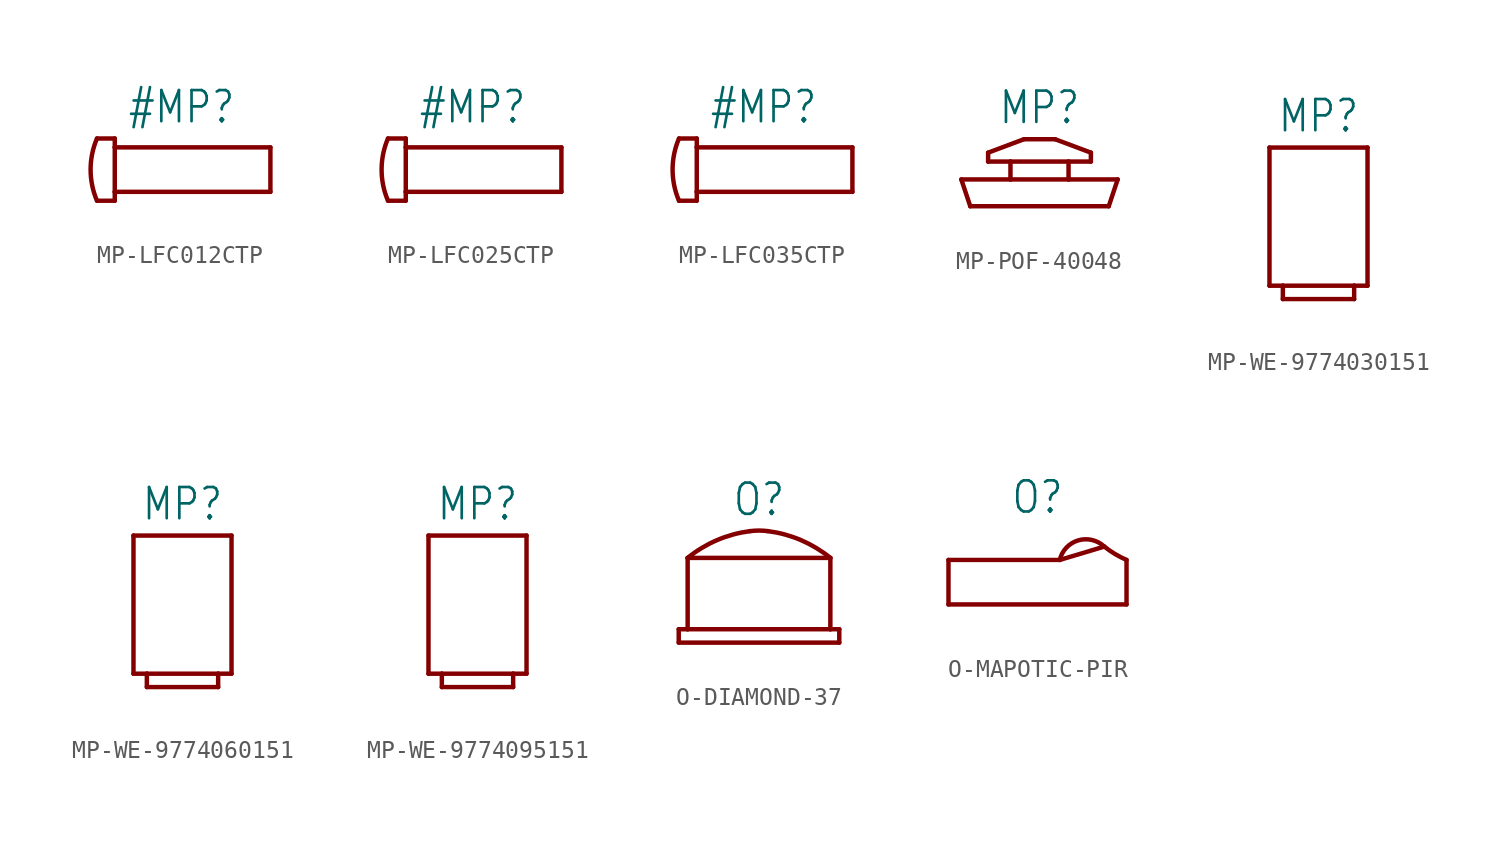
<source format=kicad_sym>
(kicad_symbol_lib
  (version 20231120)
  (generator "kicad_symbol_editor")
  (generator_version "8.0")
  (symbol "MP-LFC012CTP"
    (property "Reference" "#MP"
      (at 0 2.54 0)
      (effects (font (size 1.778 1.511)) (justify bottom)))
    (property "Value" ""
      (at 0 -2.54 0)
      (effects (font (size 1.778 1.511)) (justify top)))
    (property "ki_locked" ""
      (at 0 0 0)
      (effects (font (size 1.27 1.27))))
    (symbol "MP-LFC012CTP_1_0"
      (arc (start -4.826 1.778) (mid -5.1909 0) (end -4.826 -1.778) (stroke (width 0.254) (type solid)) (fill (type none)))
      (polyline (pts (xy -4.826 -1.778) (xy -3.81 -1.778)) (stroke (width 0.254) (type solid)) (fill (type none)))
      (polyline (pts (xy -3.81 -1.778) (xy -3.81 -1.27)) (stroke (width 0.254) (type solid)) (fill (type none)))
      (polyline (pts (xy -3.81 -1.27) (xy 5.08 -1.27)) (stroke (width 0.254) (type solid)) (fill (type none)))
      (polyline (pts (xy -3.81 1.27) (xy -3.81 -1.27)) (stroke (width 0.254) (type solid)) (fill (type none)))
      (polyline (pts (xy -3.81 1.27) (xy -3.81 1.778)) (stroke (width 0.254) (type solid)) (fill (type none)))
      (polyline (pts (xy -3.81 1.778) (xy -4.826 1.778)) (stroke (width 0.254) (type solid)) (fill (type none)))
      (polyline (pts (xy 5.08 -1.27) (xy 5.08 1.27)) (stroke (width 0.254) (type solid)) (fill (type none)))
      (polyline (pts (xy 5.08 1.27) (xy -3.81 1.27)) (stroke (width 0.254) (type solid)) (fill (type none)))))
  (symbol "MP-LFC025CTP"
    (property "Reference" "#MP"
      (at 0 2.54 0)
      (effects (font (size 1.778 1.511)) (justify bottom)))
    (property "Value" ""
      (at 0 -2.54 0)
      (effects (font (size 1.778 1.511)) (justify top)))
    (property "ki_locked" ""
      (at 0 0 0)
      (effects (font (size 1.27 1.27))))
    (symbol "MP-LFC025CTP_1_0"
      (arc (start -4.826 1.778) (mid -5.1909 0) (end -4.826 -1.778) (stroke (width 0.254) (type solid)) (fill (type none)))
      (polyline (pts (xy -4.826 -1.778) (xy -3.81 -1.778)) (stroke (width 0.254) (type solid)) (fill (type none)))
      (polyline (pts (xy -3.81 -1.778) (xy -3.81 -1.27)) (stroke (width 0.254) (type solid)) (fill (type none)))
      (polyline (pts (xy -3.81 -1.27) (xy 5.08 -1.27)) (stroke (width 0.254) (type solid)) (fill (type none)))
      (polyline (pts (xy -3.81 1.27) (xy -3.81 -1.27)) (stroke (width 0.254) (type solid)) (fill (type none)))
      (polyline (pts (xy -3.81 1.27) (xy -3.81 1.778)) (stroke (width 0.254) (type solid)) (fill (type none)))
      (polyline (pts (xy -3.81 1.778) (xy -4.826 1.778)) (stroke (width 0.254) (type solid)) (fill (type none)))
      (polyline (pts (xy 5.08 -1.27) (xy 5.08 1.27)) (stroke (width 0.254) (type solid)) (fill (type none)))
      (polyline (pts (xy 5.08 1.27) (xy -3.81 1.27)) (stroke (width 0.254) (type solid)) (fill (type none)))))
  (symbol "MP-LFC035CTP"
    (property "Reference" "#MP"
      (at 0 2.54 0)
      (effects (font (size 1.778 1.511)) (justify bottom)))
    (property "Value" ""
      (at 0 -2.54 0)
      (effects (font (size 1.778 1.511)) (justify top)))
    (property "ki_locked" ""
      (at 0 0 0)
      (effects (font (size 1.27 1.27))))
    (symbol "MP-LFC035CTP_1_0"
      (arc (start -4.826 1.778) (mid -5.1909 0) (end -4.826 -1.778) (stroke (width 0.254) (type solid)) (fill (type none)))
      (polyline (pts (xy -4.826 -1.778) (xy -3.81 -1.778)) (stroke (width 0.254) (type solid)) (fill (type none)))
      (polyline (pts (xy -3.81 -1.778) (xy -3.81 -1.27)) (stroke (width 0.254) (type solid)) (fill (type none)))
      (polyline (pts (xy -3.81 -1.27) (xy 5.08 -1.27)) (stroke (width 0.254) (type solid)) (fill (type none)))
      (polyline (pts (xy -3.81 1.27) (xy -3.81 -1.27)) (stroke (width 0.254) (type solid)) (fill (type none)))
      (polyline (pts (xy -3.81 1.27) (xy -3.81 1.778)) (stroke (width 0.254) (type solid)) (fill (type none)))
      (polyline (pts (xy -3.81 1.778) (xy -4.826 1.778)) (stroke (width 0.254) (type solid)) (fill (type none)))
      (polyline (pts (xy 5.08 -1.27) (xy 5.08 1.27)) (stroke (width 0.254) (type solid)) (fill (type none)))
      (polyline (pts (xy 5.08 1.27) (xy -3.81 1.27)) (stroke (width 0.254) (type solid)) (fill (type none)))))
  (symbol "MP-POF-40048"
    (property "Reference" "MP"
      (at 0 2.921 0)
      (effects (font (size 1.778 1.511)) (justify bottom)))
    (property "Value" ""
      (at 0 -2.413 0)
      (effects (font (size 1.778 1.511)) (justify top)))
    (property "ki_locked" ""
      (at 0 0 0)
      (effects (font (size 1.27 1.27))))
    (symbol "MP-POF-40048_1_0"
      (polyline (pts (xy -4.445 -0.127) (xy -1.651 -0.127)) (stroke (width 0.254) (type solid)) (fill (type none)))
      (polyline (pts (xy -3.937 -1.651) (xy -4.445 -0.127)) (stroke (width 0.254) (type solid)) (fill (type none)))
      (polyline (pts (xy -2.921 0.889) (xy -2.921 1.397)) (stroke (width 0.254) (type solid)) (fill (type none)))
      (polyline (pts (xy -2.921 1.397) (xy -0.889 2.159)) (stroke (width 0.254) (type solid)) (fill (type none)))
      (polyline (pts (xy -1.651 -0.127) (xy -1.651 0.889)) (stroke (width 0.254) (type solid)) (fill (type none)))
      (polyline (pts (xy -1.651 -0.127) (xy 1.651 -0.127)) (stroke (width 0.254) (type solid)) (fill (type none)))
      (polyline (pts (xy -1.651 0.889) (xy -2.921 0.889)) (stroke (width 0.254) (type solid)) (fill (type none)))
      (polyline (pts (xy -1.651 0.889) (xy 1.651 0.889)) (stroke (width 0.254) (type solid)) (fill (type none)))
      (polyline (pts (xy -0.889 2.159) (xy 0.889 2.159)) (stroke (width 0.254) (type solid)) (fill (type none)))
      (polyline (pts (xy 0.889 2.159) (xy 2.921 1.397)) (stroke (width 0.254) (type solid)) (fill (type none)))
      (polyline (pts (xy 1.651 -0.127) (xy 1.651 0.889)) (stroke (width 0.254) (type solid)) (fill (type none)))
      (polyline (pts (xy 1.651 -0.127) (xy 4.445 -0.127)) (stroke (width 0.254) (type solid)) (fill (type none)))
      (polyline (pts (xy 1.651 0.889) (xy 2.921 0.889)) (stroke (width 0.254) (type solid)) (fill (type none)))
      (polyline (pts (xy 2.921 0.889) (xy 2.921 1.397)) (stroke (width 0.254) (type solid)) (fill (type none)))
      (polyline (pts (xy 3.937 -1.651) (xy -3.937 -1.651)) (stroke (width 0.254) (type solid)) (fill (type none)))
      (polyline (pts (xy 4.445 -0.127) (xy 3.937 -1.651)) (stroke (width 0.254) (type solid)) (fill (type none)))))
  (symbol "MP-WE-9774030151"
    (property "Reference" "MP"
      (at 0 4.826 0)
      (effects (font (size 1.778 1.511)) (justify bottom)))
    (property "Value" ""
      (at 0 -5.334 0)
      (effects (font (size 1.778 1.511)) (justify top)))
    (property "ki_locked" ""
      (at 0 0 0)
      (effects (font (size 1.27 1.27))))
    (symbol "MP-WE-9774030151_1_0"
      (polyline (pts (xy -2.794 -3.81) (xy -2.794 4.064)) (stroke (width 0.254) (type solid)) (fill (type none)))
      (polyline (pts (xy -2.794 4.064) (xy 2.794 4.064)) (stroke (width 0.254) (type solid)) (fill (type none)))
      (polyline (pts (xy -2.032 -4.572) (xy -2.032 -3.81)) (stroke (width 0.254) (type solid)) (fill (type none)))
      (polyline (pts (xy -2.032 -3.81) (xy -2.794 -3.81)) (stroke (width 0.254) (type solid)) (fill (type none)))
      (polyline (pts (xy -2.032 -3.81) (xy 2.032 -3.81)) (stroke (width 0.254) (type solid)) (fill (type none)))
      (polyline (pts (xy 2.032 -4.572) (xy -2.032 -4.572)) (stroke (width 0.254) (type solid)) (fill (type none)))
      (polyline (pts (xy 2.032 -3.81) (xy 2.032 -4.572)) (stroke (width 0.254) (type solid)) (fill (type none)))
      (polyline (pts (xy 2.794 -3.81) (xy 2.032 -3.81)) (stroke (width 0.254) (type solid)) (fill (type none)))
      (polyline (pts (xy 2.794 -3.81) (xy 2.794 4.064)) (stroke (width 0.254) (type solid)) (fill (type none)))))
  (symbol "MP-WE-9774060151"
    (property "Reference" "MP"
      (at 0 4.826 0)
      (effects (font (size 1.778 1.511)) (justify bottom)))
    (property "Value" ""
      (at 0 -5.334 0)
      (effects (font (size 1.778 1.511)) (justify top)))
    (property "ki_locked" ""
      (at 0 0 0)
      (effects (font (size 1.27 1.27))))
    (symbol "MP-WE-9774060151_1_0"
      (polyline (pts (xy -2.794 -3.81) (xy -2.794 4.064)) (stroke (width 0.254) (type solid)) (fill (type none)))
      (polyline (pts (xy -2.794 4.064) (xy 2.794 4.064)) (stroke (width 0.254) (type solid)) (fill (type none)))
      (polyline (pts (xy -2.032 -4.572) (xy -2.032 -3.81)) (stroke (width 0.254) (type solid)) (fill (type none)))
      (polyline (pts (xy -2.032 -3.81) (xy -2.794 -3.81)) (stroke (width 0.254) (type solid)) (fill (type none)))
      (polyline (pts (xy -2.032 -3.81) (xy 2.032 -3.81)) (stroke (width 0.254) (type solid)) (fill (type none)))
      (polyline (pts (xy 2.032 -4.572) (xy -2.032 -4.572)) (stroke (width 0.254) (type solid)) (fill (type none)))
      (polyline (pts (xy 2.032 -3.81) (xy 2.032 -4.572)) (stroke (width 0.254) (type solid)) (fill (type none)))
      (polyline (pts (xy 2.794 -3.81) (xy 2.032 -3.81)) (stroke (width 0.254) (type solid)) (fill (type none)))
      (polyline (pts (xy 2.794 -3.81) (xy 2.794 4.064)) (stroke (width 0.254) (type solid)) (fill (type none)))))
  (symbol "MP-WE-9774095151"
    (property "Reference" "MP"
      (at 0 4.826 0)
      (effects (font (size 1.778 1.511)) (justify bottom)))
    (property "Value" ""
      (at 0 -5.334 0)
      (effects (font (size 1.778 1.511)) (justify top)))
    (property "ki_locked" ""
      (at 0 0 0)
      (effects (font (size 1.27 1.27))))
    (symbol "MP-WE-9774095151_1_0"
      (polyline (pts (xy -2.794 -3.81) (xy -2.794 4.064)) (stroke (width 0.254) (type solid)) (fill (type none)))
      (polyline (pts (xy -2.794 4.064) (xy 2.794 4.064)) (stroke (width 0.254) (type solid)) (fill (type none)))
      (polyline (pts (xy -2.032 -4.572) (xy -2.032 -3.81)) (stroke (width 0.254) (type solid)) (fill (type none)))
      (polyline (pts (xy -2.032 -3.81) (xy -2.794 -3.81)) (stroke (width 0.254) (type solid)) (fill (type none)))
      (polyline (pts (xy -2.032 -3.81) (xy 2.032 -3.81)) (stroke (width 0.254) (type solid)) (fill (type none)))
      (polyline (pts (xy 2.032 -4.572) (xy -2.032 -4.572)) (stroke (width 0.254) (type solid)) (fill (type none)))
      (polyline (pts (xy 2.032 -3.81) (xy 2.032 -4.572)) (stroke (width 0.254) (type solid)) (fill (type none)))
      (polyline (pts (xy 2.794 -3.81) (xy 2.032 -3.81)) (stroke (width 0.254) (type solid)) (fill (type none)))
      (polyline (pts (xy 2.794 -3.81) (xy 2.794 4.064)) (stroke (width 0.254) (type solid)) (fill (type none)))))
  (symbol "O-DIAMOND-37"
    (property "Reference" "O"
      (at 0 3.81 0)
      (effects (font (size 1.778 1.511)) (justify bottom)))
    (property "Value" ""
      (at 0 -3.81 0)
      (effects (font (size 1.778 1.511)) (justify top)))
    (property "ki_locked" ""
      (at 0 0 0)
      (effects (font (size 1.27 1.27))))
    (symbol "O-DIAMOND-37_1_0"
      (arc (start -0.508 3.048) (mid -2.3927 2.535) (end -4.064 1.5241) (stroke (width 0.254) (type solid)) (fill (type none)))
      (polyline (pts (xy -4.572 -3.302) (xy -4.572 -2.54)) (stroke (width 0.254) (type solid)) (fill (type none)))
      (polyline (pts (xy -4.572 -2.54) (xy -4.064 -2.54)) (stroke (width 0.254) (type solid)) (fill (type none)))
      (polyline (pts (xy -4.064 -2.54) (xy -4.064 1.524)) (stroke (width 0.254) (type solid)) (fill (type none)))
      (polyline (pts (xy -4.064 -2.54) (xy 4.064 -2.54)) (stroke (width 0.254) (type solid)) (fill (type none)))
      (polyline (pts (xy -4.064 1.524) (xy 4.064 1.524)) (stroke (width 0.254) (type solid)) (fill (type none)))
      (polyline (pts (xy 4.064 -2.54) (xy 4.064 1.524)) (stroke (width 0.254) (type solid)) (fill (type none)))
      (polyline (pts (xy 4.064 -2.54) (xy 4.572 -2.54)) (stroke (width 0.254) (type solid)) (fill (type none)))
      (polyline (pts (xy 4.572 -3.302) (xy -4.572 -3.302)) (stroke (width 0.254) (type solid)) (fill (type none)))
      (polyline (pts (xy 4.572 -2.54) (xy 4.572 -3.302)) (stroke (width 0.254) (type solid)) (fill (type none)))
      (arc (start 0.508 3.048) (mid 0 3.0802) (end -0.508 3.048) (stroke (width 0.254) (type solid)) (fill (type none)))
      (arc (start 4.064 1.5241) (mid 2.3927 2.5351) (end 0.508 3.048) (stroke (width 0.254) (type solid)) (fill (type none)))))
  (symbol "O-MAPOTIC-PIR"
    (property "Reference" "O"
      (at 0 2.54 0)
      (effects (font (size 1.778 1.511)) (justify bottom)))
    (property "Value" ""
      (at 0 -3.81 0)
      (effects (font (size 1.778 1.511)) (justify top)))
    (property "ki_locked" ""
      (at 0 0 0)
      (effects (font (size 1.27 1.27))))
    (symbol "O-MAPOTIC-PIR_1_0"
      (polyline (pts (xy -5.08 -2.54) (xy -5.08 0)) (stroke (width 0.254) (type solid)) (fill (type none)))
      (polyline (pts (xy -5.08 -2.54) (xy 5.08 -2.54)) (stroke (width 0.254) (type solid)) (fill (type none)))
      (polyline (pts (xy 1.27 0) (xy -5.08 0)) (stroke (width 0.254) (type solid)) (fill (type none)))
      (polyline (pts (xy 3.81 0.762) (xy 1.27 0)) (stroke (width 0.254) (type solid)) (fill (type none)))
      (polyline (pts (xy 5.08 -2.54) (xy 5.08 0)) (stroke (width 0.254) (type solid)) (fill (type none)))
      (arc (start 3.81 0.762) (mid 2.32 1.1143) (end 1.2699 0.0001) (stroke (width 0.254) (type solid)) (fill (type none)))
      (arc (start 3.81 0.762) (mid 4.42 0.3394) (end 5.08 0) (stroke (width 0.254) (type solid)) (fill (type none))))))
</source>
